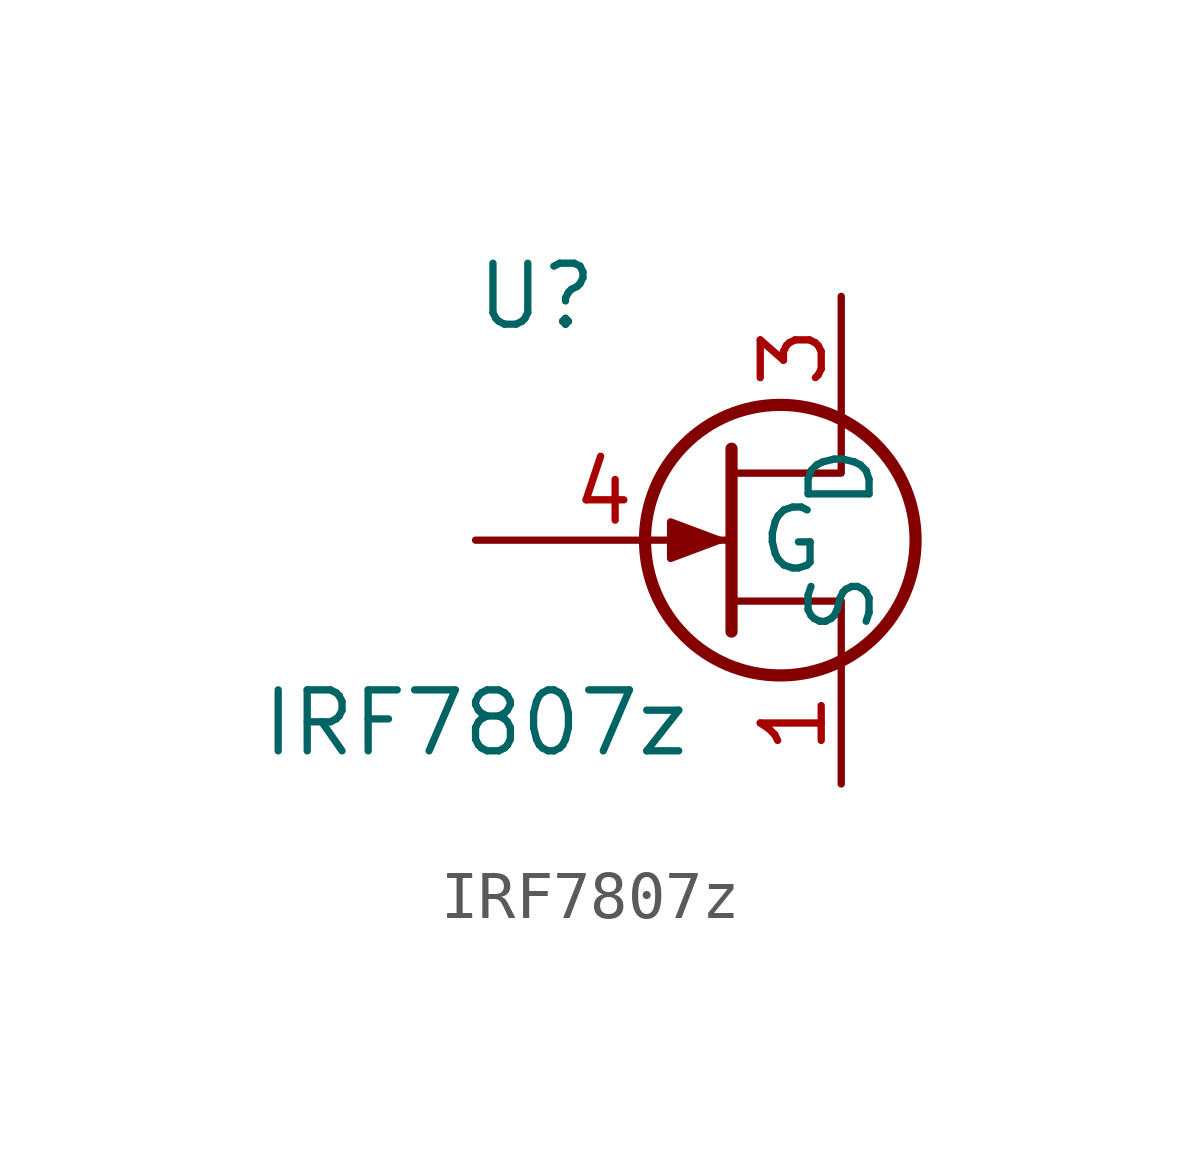
<source format=kicad_sym>
(kicad_symbol_lib
  (version 20211014)
  (generator kicad_symbol_editor)
  (symbol "IRF7807z"
    (property "Reference" "U"
      (at -5.08 5.08 0)
      (effects (font (size 1.27 1.27))))
    (property "Value" "IRF7807z"
      (at -6.35 -3.81 0)
      (effects (font (size 1.27 1.27))))
    (symbol "IRF7807z_0_1"
      (polyline (pts (xy -1.016 1.905) (xy -1.016 -1.905) (xy -1.016 -1.905)) (stroke (width 0.254) (type default) (color 0 0 0 0)) (fill (type none)))
      (polyline (pts (xy 1.27 -2.54) (xy 1.27 -1.27) (xy -1.016 -1.27)) (stroke (width 0) (type default) (color 0 0 0 0)) (fill (type none)))
      (polyline (pts (xy 1.27 2.54) (xy 1.27 1.397) (xy -1.016 1.397)) (stroke (width 0) (type default) (color 0 0 0 0)) (fill (type none)))
      (polyline (pts (xy -1.27 0) (xy -2.286 0.381) (xy -2.286 -0.381) (xy -1.27 0)) (stroke (width 0) (type default) (color 0 0 0 0)) (fill (type outline)))
      (circle (center 0 0) (radius 2.819) (stroke (width 0.254) (type default) (color 0 0 0 0)) (fill (type none))))
    (symbol "IRF7807z_1_1"
      (pin passive line (at 1.27 -5.08 90) (length 2.54) (name "S" (effects (font (size 1.27 1.27)))) (number "1" (effects (font (size 1.27 1.27)))))
      (pin passive line (at 1.27 5.08 270) (length 2.54) (name "D" (effects (font (size 1.27 1.27)))) (number "3" (effects (font (size 1.27 1.27)))))
      (pin input line (at -6.35 0 0) (length 5.334) (name "G" (effects (font (size 1.27 1.27)))) (number "4" (effects (font (size 1.27 1.27))))))))
</source>
